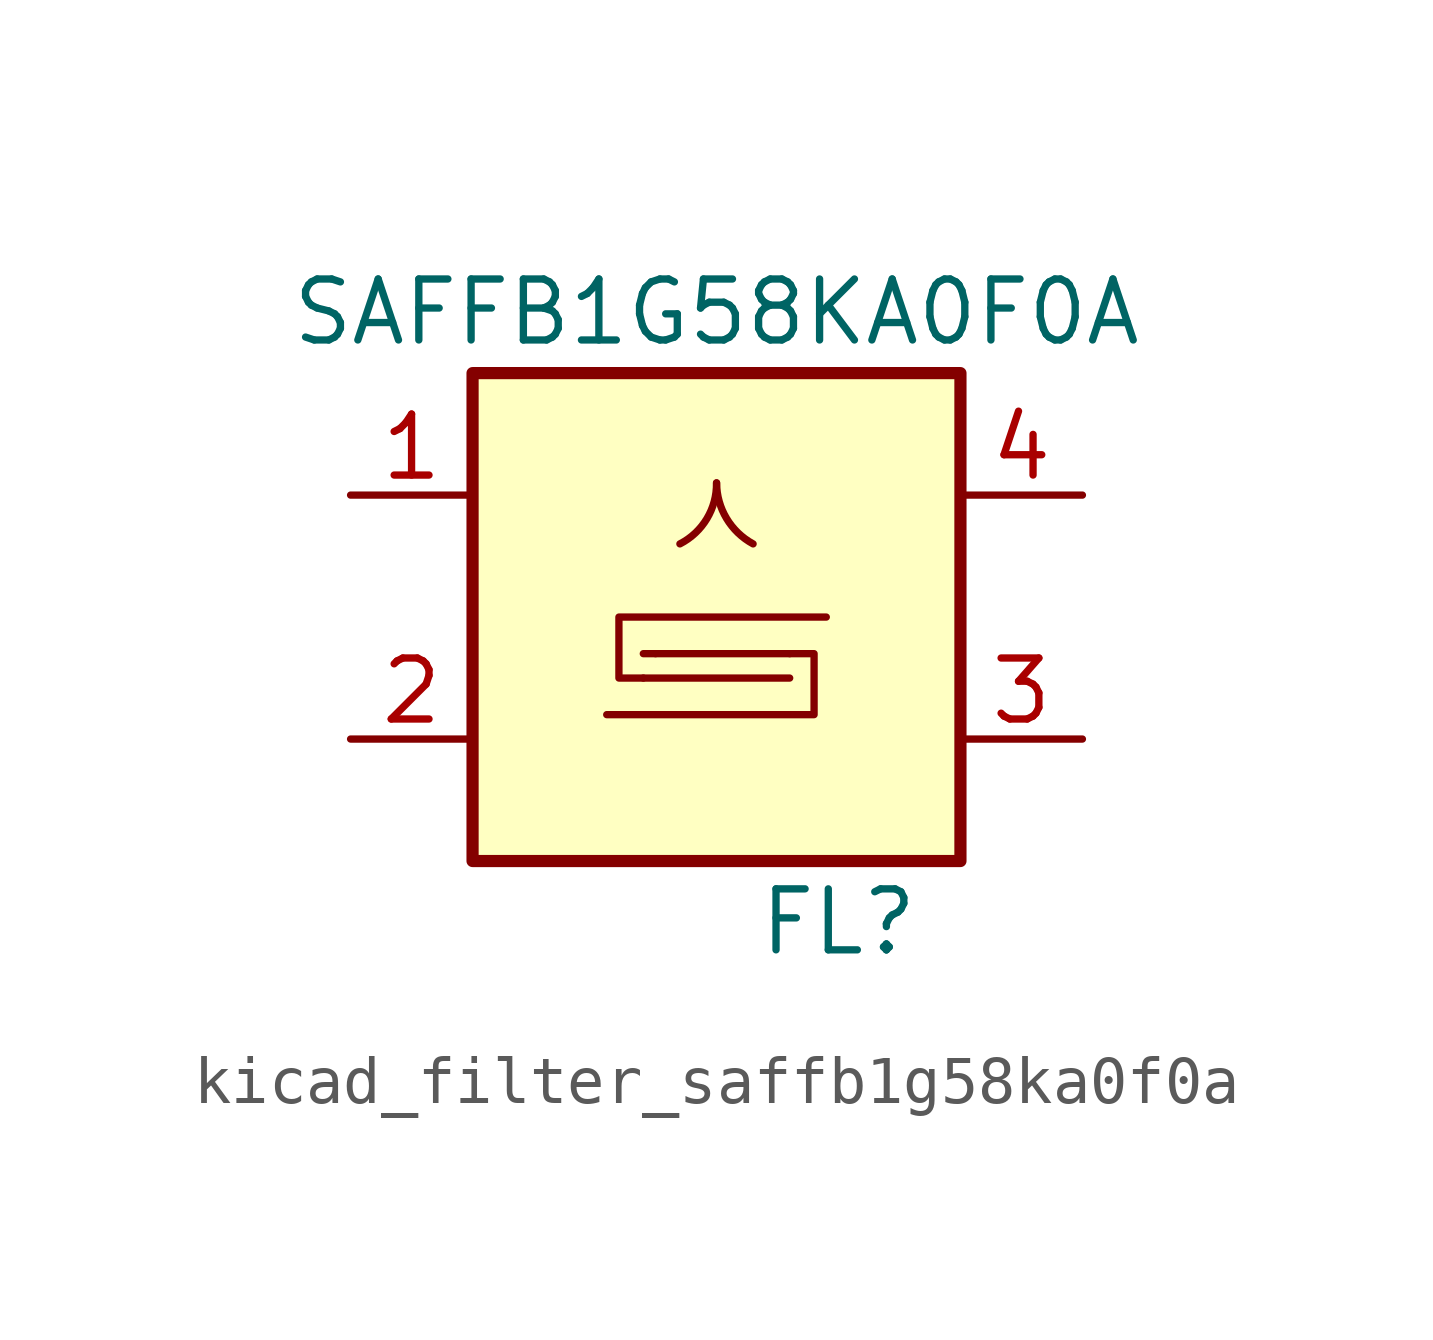
<source format=kicad_sym>
(kicad_symbol_lib
  (version 20220914)
  (generator kicad_symbol_editor)
  (symbol "kicad_filter_saffb1g58ka0f0a"
    (pin_names
      (offset 1.016))
    (property "Reference" "FL"
      (at 2.54 -6.35 0)
      (effects (font (size 1.27 1.27))))
    (property "Value" "SAFFB1G58KA0F0A"
      (at 0 6.35 0)
      (effects (font (size 1.27 1.27))))
    (symbol "kicad_filter_saffb1g58ka0f0a_0_1"
      (rectangle (start -5.08 5.08) (end 5.08 -5.08) (stroke (width 0.254) (type default)) (fill (type background)))
      (arc (start -0.762 1.524) (mid -0.1988 2.0511) (end 0 2.794) (stroke (width 0) (type default)) (fill (type none)))
      (polyline (pts (xy -1.524 -0.762) (xy -1.27 -0.762)) (stroke (width 0) (type default)) (fill (type none)))
      (polyline (pts (xy 1.524 -1.27) (xy -1.524 -1.27)) (stroke (width 0) (type default)) (fill (type none)))
      (polyline (pts (xy 1.524 -0.762) (xy -1.27 -0.762)) (stroke (width 0) (type default)) (fill (type none)))
      (polyline (pts (xy -1.524 -1.27) (xy -2.032 -1.27) (xy -2.032 0) (xy 2.286 0)) (stroke (width 0) (type default)) (fill (type none)))
      (polyline (pts (xy 1.524 -0.762) (xy 2.032 -0.762) (xy 2.032 -2.032) (xy -2.286 -2.032)) (stroke (width 0) (type default)) (fill (type none)))
      (arc (start 0 2.794) (mid 0.2065 2.0558) (end 0.762 1.524) (stroke (width 0) (type default)) (fill (type none))))
    (symbol "kicad_filter_saffb1g58ka0f0a_1_1"
      (pin passive line (at -7.62 2.54 0) (length 2.54) (name "~" (effects (font (size 1.27 1.27)))) (number "1" (effects (font (size 1.27 1.27)))))
      (pin passive line (at -7.62 -2.54 0) (length 2.54) (name "~" (effects (font (size 1.27 1.27)))) (number "2" (effects (font (size 1.27 1.27)))))
      (pin passive line (at 7.62 -2.54 180) (length 2.54) (name "~" (effects (font (size 1.27 1.27)))) (number "3" (effects (font (size 1.27 1.27)))))
      (pin passive line (at 7.62 2.54 180) (length 2.54) (name "~" (effects (font (size 1.27 1.27)))) (number "4" (effects (font (size 1.27 1.27)))))
      (pin passive line (at -7.62 -2.54 0) (length 2.54) hide (name "~" (effects (font (size 1.27 1.27)))) (number "5" (effects (font (size 1.27 1.27))))))))
</source>
